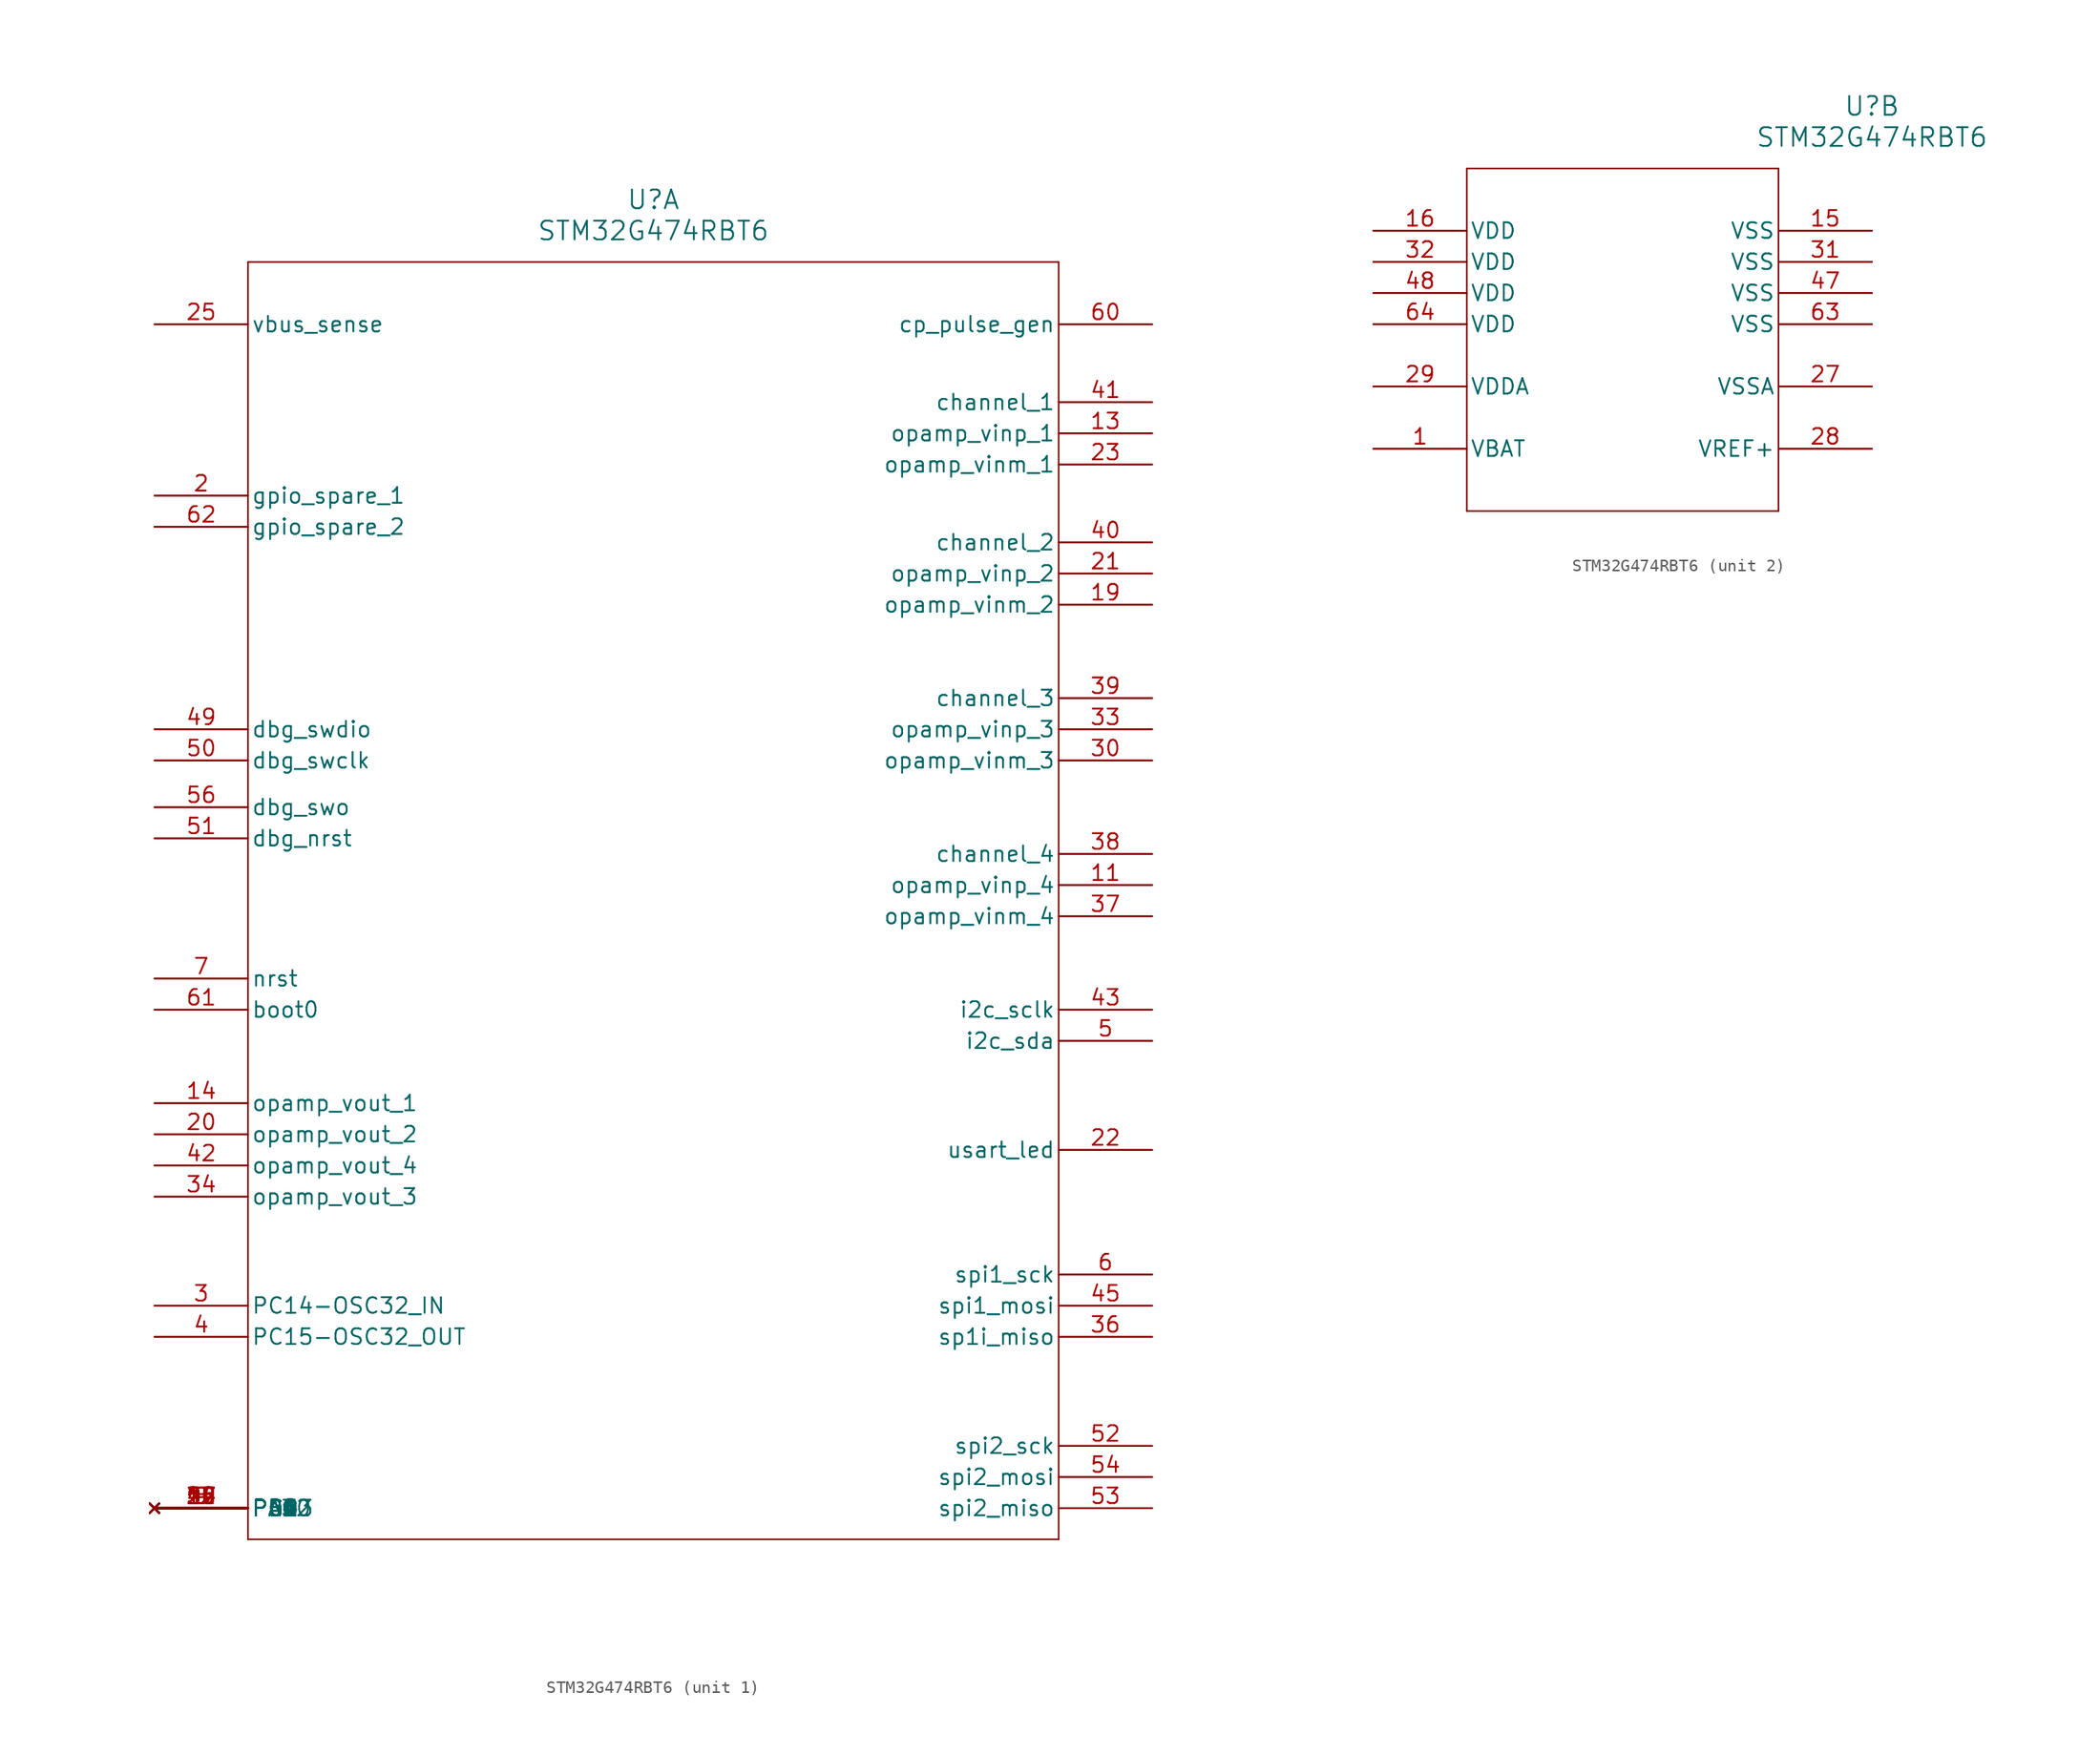
<source format=kicad_sym>
(kicad_symbol_lib
  (version 20241209)
  (generator "kicad_symbol_editor")
  (generator_version "9.0")
  (symbol "STM32G474RBT6"
    (pin_names
      (offset 0.254))
    (property "Reference" "U"
      (at 40.64 10.16 0)
      (effects (font (size 1.524 1.524))))
    (property "Value" "STM32G474RBT6"
      (at 40.64 7.62 0)
      (effects (font (size 1.524 1.524))))
    (property "ki_locked" ""
      (at 0 0 0)
      (effects (font (size 1.27 1.27))))
    (symbol "STM32G474RBT6_1_1"
      (polyline (pts (xy 7.62 5.08) (xy 7.62 -99.06)) (stroke (width 0.127) (type default)) (fill (type none)))
      (polyline (pts (xy 7.62 -99.06) (xy 73.66 -99.06)) (stroke (width 0.127) (type default)) (fill (type none)))
      (polyline (pts (xy 73.66 5.08) (xy 7.62 5.08)) (stroke (width 0.127) (type default)) (fill (type none)))
      (polyline (pts (xy 73.66 -99.06) (xy 73.66 5.08)) (stroke (width 0.127) (type default)) (fill (type none)))
      (pin input line (at 0 0 0) (length 7.62) (name "vbus_sense" (effects (font (size 1.27 1.27)))) (number "25" (effects (font (size 1.27 1.27)))))
      (pin bidirectional line (at 0 -13.97 0) (length 7.62) (name "gpio_spare_1" (effects (font (size 1.27 1.27)))) (number "2" (effects (font (size 1.27 1.27)))))
      (pin bidirectional line (at 0 -16.51 0) (length 7.62) (name "gpio_spare_2" (effects (font (size 1.27 1.27)))) (number "62" (effects (font (size 1.27 1.27)))))
      (pin bidirectional line (at 0 -33.02 0) (length 7.62) (name "dbg_swdio" (effects (font (size 1.27 1.27)))) (number "49" (effects (font (size 1.27 1.27)))))
      (pin input line (at 0 -35.56 0) (length 7.62) (name "dbg_swclk" (effects (font (size 1.27 1.27)))) (number "50" (effects (font (size 1.27 1.27)))))
      (pin output line (at 0 -39.37 0) (length 7.62) (name "dbg_swo" (effects (font (size 1.27 1.27)))) (number "56" (effects (font (size 1.27 1.27)))))
      (pin input line (at 0 -41.91 0) (length 7.62) (name "dbg_nrst" (effects (font (size 1.27 1.27)))) (number "51" (effects (font (size 1.27 1.27)))))
      (pin input line (at 0 -53.34 0) (length 7.62) (name "nrst" (effects (font (size 1.27 1.27)))) (number "7" (effects (font (size 1.27 1.27)))))
      (pin input line (at 0 -55.88 0) (length 7.62) (name "boot0" (effects (font (size 1.27 1.27)))) (number "61" (effects (font (size 1.27 1.27)))))
      (pin bidirectional line (at 0 -63.5 0) (length 7.62) (name "opamp_vout_1" (effects (font (size 1.27 1.27)))) (number "14" (effects (font (size 1.27 1.27)))))
      (pin bidirectional line (at 0 -66.04 0) (length 7.62) (name "opamp_vout_2" (effects (font (size 1.27 1.27)))) (number "20" (effects (font (size 1.27 1.27)))))
      (pin bidirectional line (at 0 -68.58 0) (length 7.62) (name "opamp_vout_4" (effects (font (size 1.27 1.27)))) (number "42" (effects (font (size 1.27 1.27)))))
      (pin bidirectional line (at 0 -71.12 0) (length 7.62) (name "opamp_vout_3" (effects (font (size 1.27 1.27)))) (number "34" (effects (font (size 1.27 1.27)))))
      (pin input line (at 0 -80.01 0) (length 7.62) (name "PC14-OSC32_IN" (effects (font (size 1.27 1.27)))) (number "3" (effects (font (size 1.27 1.27)))))
      (pin output line (at 0 -82.55 0) (length 7.62) (name "PC15-OSC32_OUT" (effects (font (size 1.27 1.27)))) (number "4" (effects (font (size 1.27 1.27)))))
      (pin no_connect line (at 0 -96.52 0) (length 7.62) (name "PC2" (effects (font (size 1.27 1.27)))) (number "10" (effects (font (size 1.27 1.27)))))
      (pin no_connect line (at 0 -96.52 0) (length 7.62) (name "PA0" (effects (font (size 1.27 1.27)))) (number "12" (effects (font (size 1.27 1.27)))))
      (pin no_connect line (at 0 -96.52 0) (length 7.62) (name "PA3" (effects (font (size 1.27 1.27)))) (number "17" (effects (font (size 1.27 1.27)))))
      (pin no_connect line (at 0 -96.52 0) (length 7.62) (name "PA4" (effects (font (size 1.27 1.27)))) (number "18" (effects (font (size 1.27 1.27)))))
      (pin no_connect line (at 0 -96.52 0) (length 7.62) (name "PB0" (effects (font (size 1.27 1.27)))) (number "24" (effects (font (size 1.27 1.27)))))
      (pin no_connect line (at 0 -96.52 0) (length 7.62) (name "PB2" (effects (font (size 1.27 1.27)))) (number "26" (effects (font (size 1.27 1.27)))))
      (pin no_connect line (at 0 -96.52 0) (length 7.62) (name "PB13" (effects (font (size 1.27 1.27)))) (number "35" (effects (font (size 1.27 1.27)))))
      (pin no_connect line (at 0 -96.52 0) (length 7.62) (name "PA10" (effects (font (size 1.27 1.27)))) (number "44" (effects (font (size 1.27 1.27)))))
      (pin no_connect line (at 0 -96.52 0) (length 7.62) (name "PA12" (effects (font (size 1.27 1.27)))) (number "46" (effects (font (size 1.27 1.27)))))
      (pin no_connect line (at 0 -96.52 0) (length 7.62) (name "PD2" (effects (font (size 1.27 1.27)))) (number "55" (effects (font (size 1.27 1.27)))))
      (pin no_connect line (at 0 -96.52 0) (length 7.62) (name "PB4" (effects (font (size 1.27 1.27)))) (number "57" (effects (font (size 1.27 1.27)))))
      (pin no_connect line (at 0 -96.52 0) (length 7.62) (name "PB5" (effects (font (size 1.27 1.27)))) (number "58" (effects (font (size 1.27 1.27)))))
      (pin no_connect line (at 0 -96.52 0) (length 7.62) (name "PB6" (effects (font (size 1.27 1.27)))) (number "59" (effects (font (size 1.27 1.27)))))
      (pin no_connect line (at 0 -96.52 0) (length 7.62) (name "PC0" (effects (font (size 1.27 1.27)))) (number "8" (effects (font (size 1.27 1.27)))))
      (pin no_connect line (at 0 -96.52 0) (length 7.62) (name "PC1" (effects (font (size 1.27 1.27)))) (number "9" (effects (font (size 1.27 1.27)))))
      (pin output line (at 81.28 0 180) (length 7.62) (name "cp_pulse_gen" (effects (font (size 1.27 1.27)))) (number "60" (effects (font (size 1.27 1.27)))))
      (pin output line (at 81.28 -6.35 180) (length 7.62) (name "channel_1" (effects (font (size 1.27 1.27)))) (number "41" (effects (font (size 1.27 1.27)))))
      (pin input line (at 81.28 -8.89 180) (length 7.62) (name "opamp_vinp_1" (effects (font (size 1.27 1.27)))) (number "13" (effects (font (size 1.27 1.27)))))
      (pin input line (at 81.28 -11.43 180) (length 7.62) (name "opamp_vinm_1" (effects (font (size 1.27 1.27)))) (number "23" (effects (font (size 1.27 1.27)))))
      (pin output line (at 81.28 -17.78 180) (length 7.62) (name "channel_2" (effects (font (size 1.27 1.27)))) (number "40" (effects (font (size 1.27 1.27)))))
      (pin input line (at 81.28 -20.32 180) (length 7.62) (name "opamp_vinp_2" (effects (font (size 1.27 1.27)))) (number "21" (effects (font (size 1.27 1.27)))))
      (pin input line (at 81.28 -22.86 180) (length 7.62) (name "opamp_vinm_2" (effects (font (size 1.27 1.27)))) (number "19" (effects (font (size 1.27 1.27)))))
      (pin output line (at 81.28 -30.48 180) (length 7.62) (name "channel_3" (effects (font (size 1.27 1.27)))) (number "39" (effects (font (size 1.27 1.27)))))
      (pin input line (at 81.28 -33.02 180) (length 7.62) (name "opamp_vinp_3" (effects (font (size 1.27 1.27)))) (number "33" (effects (font (size 1.27 1.27)))))
      (pin input line (at 81.28 -35.56 180) (length 7.62) (name "opamp_vinm_3" (effects (font (size 1.27 1.27)))) (number "30" (effects (font (size 1.27 1.27)))))
      (pin output line (at 81.28 -43.18 180) (length 7.62) (name "channel_4" (effects (font (size 1.27 1.27)))) (number "38" (effects (font (size 1.27 1.27)))))
      (pin input line (at 81.28 -45.72 180) (length 7.62) (name "opamp_vinp_4" (effects (font (size 1.27 1.27)))) (number "11" (effects (font (size 1.27 1.27)))))
      (pin input line (at 81.28 -48.26 180) (length 7.62) (name "opamp_vinm_4" (effects (font (size 1.27 1.27)))) (number "37" (effects (font (size 1.27 1.27)))))
      (pin output line (at 81.28 -55.88 180) (length 7.62) (name "i2c_sclk" (effects (font (size 1.27 1.27)))) (number "43" (effects (font (size 1.27 1.27)))))
      (pin bidirectional line (at 81.28 -58.42 180) (length 7.62) (name "i2c_sda" (effects (font (size 1.27 1.27)))) (number "5" (effects (font (size 1.27 1.27)))))
      (pin output line (at 81.28 -67.31 180) (length 7.62) (name "usart_led" (effects (font (size 1.27 1.27)))) (number "22" (effects (font (size 1.27 1.27)))))
      (pin output line (at 81.28 -77.47 180) (length 7.62) (name "spi1_sck" (effects (font (size 1.27 1.27)))) (number "6" (effects (font (size 1.27 1.27)))))
      (pin output line (at 81.28 -80.01 180) (length 7.62) (name "spi1_mosi" (effects (font (size 1.27 1.27)))) (number "45" (effects (font (size 1.27 1.27)))))
      (pin input line (at 81.28 -82.55 180) (length 7.62) (name "sp1i_miso" (effects (font (size 1.27 1.27)))) (number "36" (effects (font (size 1.27 1.27)))))
      (pin output line (at 81.28 -91.44 180) (length 7.62) (name "spi2_sck" (effects (font (size 1.27 1.27)))) (number "52" (effects (font (size 1.27 1.27)))))
      (pin output line (at 81.28 -93.98 180) (length 7.62) (name "spi2_mosi" (effects (font (size 1.27 1.27)))) (number "54" (effects (font (size 1.27 1.27)))))
      (pin input line (at 81.28 -96.52 180) (length 7.62) (name "spi2_miso" (effects (font (size 1.27 1.27)))) (number "53" (effects (font (size 1.27 1.27))))))
    (symbol "STM32G474RBT6_2_1"
      (polyline (pts (xy 7.62 5.08) (xy 7.62 -22.86)) (stroke (width 0.127) (type default)) (fill (type none)))
      (polyline (pts (xy 7.62 -22.86) (xy 33.02 -22.86)) (stroke (width 0.127) (type default)) (fill (type none)))
      (polyline (pts (xy 33.02 5.08) (xy 7.62 5.08)) (stroke (width 0.127) (type default)) (fill (type none)))
      (polyline (pts (xy 33.02 -22.86) (xy 33.02 5.08)) (stroke (width 0.127) (type default)) (fill (type none)))
      (pin power_in line (at 0 0 0) (length 7.62) (name "VDD" (effects (font (size 1.27 1.27)))) (number "16" (effects (font (size 1.27 1.27)))))
      (pin power_in line (at 0 -2.54 0) (length 7.62) (name "VDD" (effects (font (size 1.27 1.27)))) (number "32" (effects (font (size 1.27 1.27)))))
      (pin power_in line (at 0 -5.08 0) (length 7.62) (name "VDD" (effects (font (size 1.27 1.27)))) (number "48" (effects (font (size 1.27 1.27)))))
      (pin power_in line (at 0 -7.62 0) (length 7.62) (name "VDD" (effects (font (size 1.27 1.27)))) (number "64" (effects (font (size 1.27 1.27)))))
      (pin power_in line (at 0 -12.7 0) (length 7.62) (name "VDDA" (effects (font (size 1.27 1.27)))) (number "29" (effects (font (size 1.27 1.27)))))
      (pin power_in line (at 0 -17.78 0) (length 7.62) (name "VBAT" (effects (font (size 1.27 1.27)))) (number "1" (effects (font (size 1.27 1.27)))))
      (pin power_in line (at 40.64 0 180) (length 7.62) (name "VSS" (effects (font (size 1.27 1.27)))) (number "15" (effects (font (size 1.27 1.27)))))
      (pin power_in line (at 40.64 -2.54 180) (length 7.62) (name "VSS" (effects (font (size 1.27 1.27)))) (number "31" (effects (font (size 1.27 1.27)))))
      (pin power_in line (at 40.64 -5.08 180) (length 7.62) (name "VSS" (effects (font (size 1.27 1.27)))) (number "47" (effects (font (size 1.27 1.27)))))
      (pin power_in line (at 40.64 -7.62 180) (length 7.62) (name "VSS" (effects (font (size 1.27 1.27)))) (number "63" (effects (font (size 1.27 1.27)))))
      (pin power_in line (at 40.64 -12.7 180) (length 7.62) (name "VSSA" (effects (font (size 1.27 1.27)))) (number "27" (effects (font (size 1.27 1.27)))))
      (pin power_in line (at 40.64 -17.78 180) (length 7.62) (name "VREF+" (effects (font (size 1.27 1.27)))) (number "28" (effects (font (size 1.27 1.27))))))))
</source>
